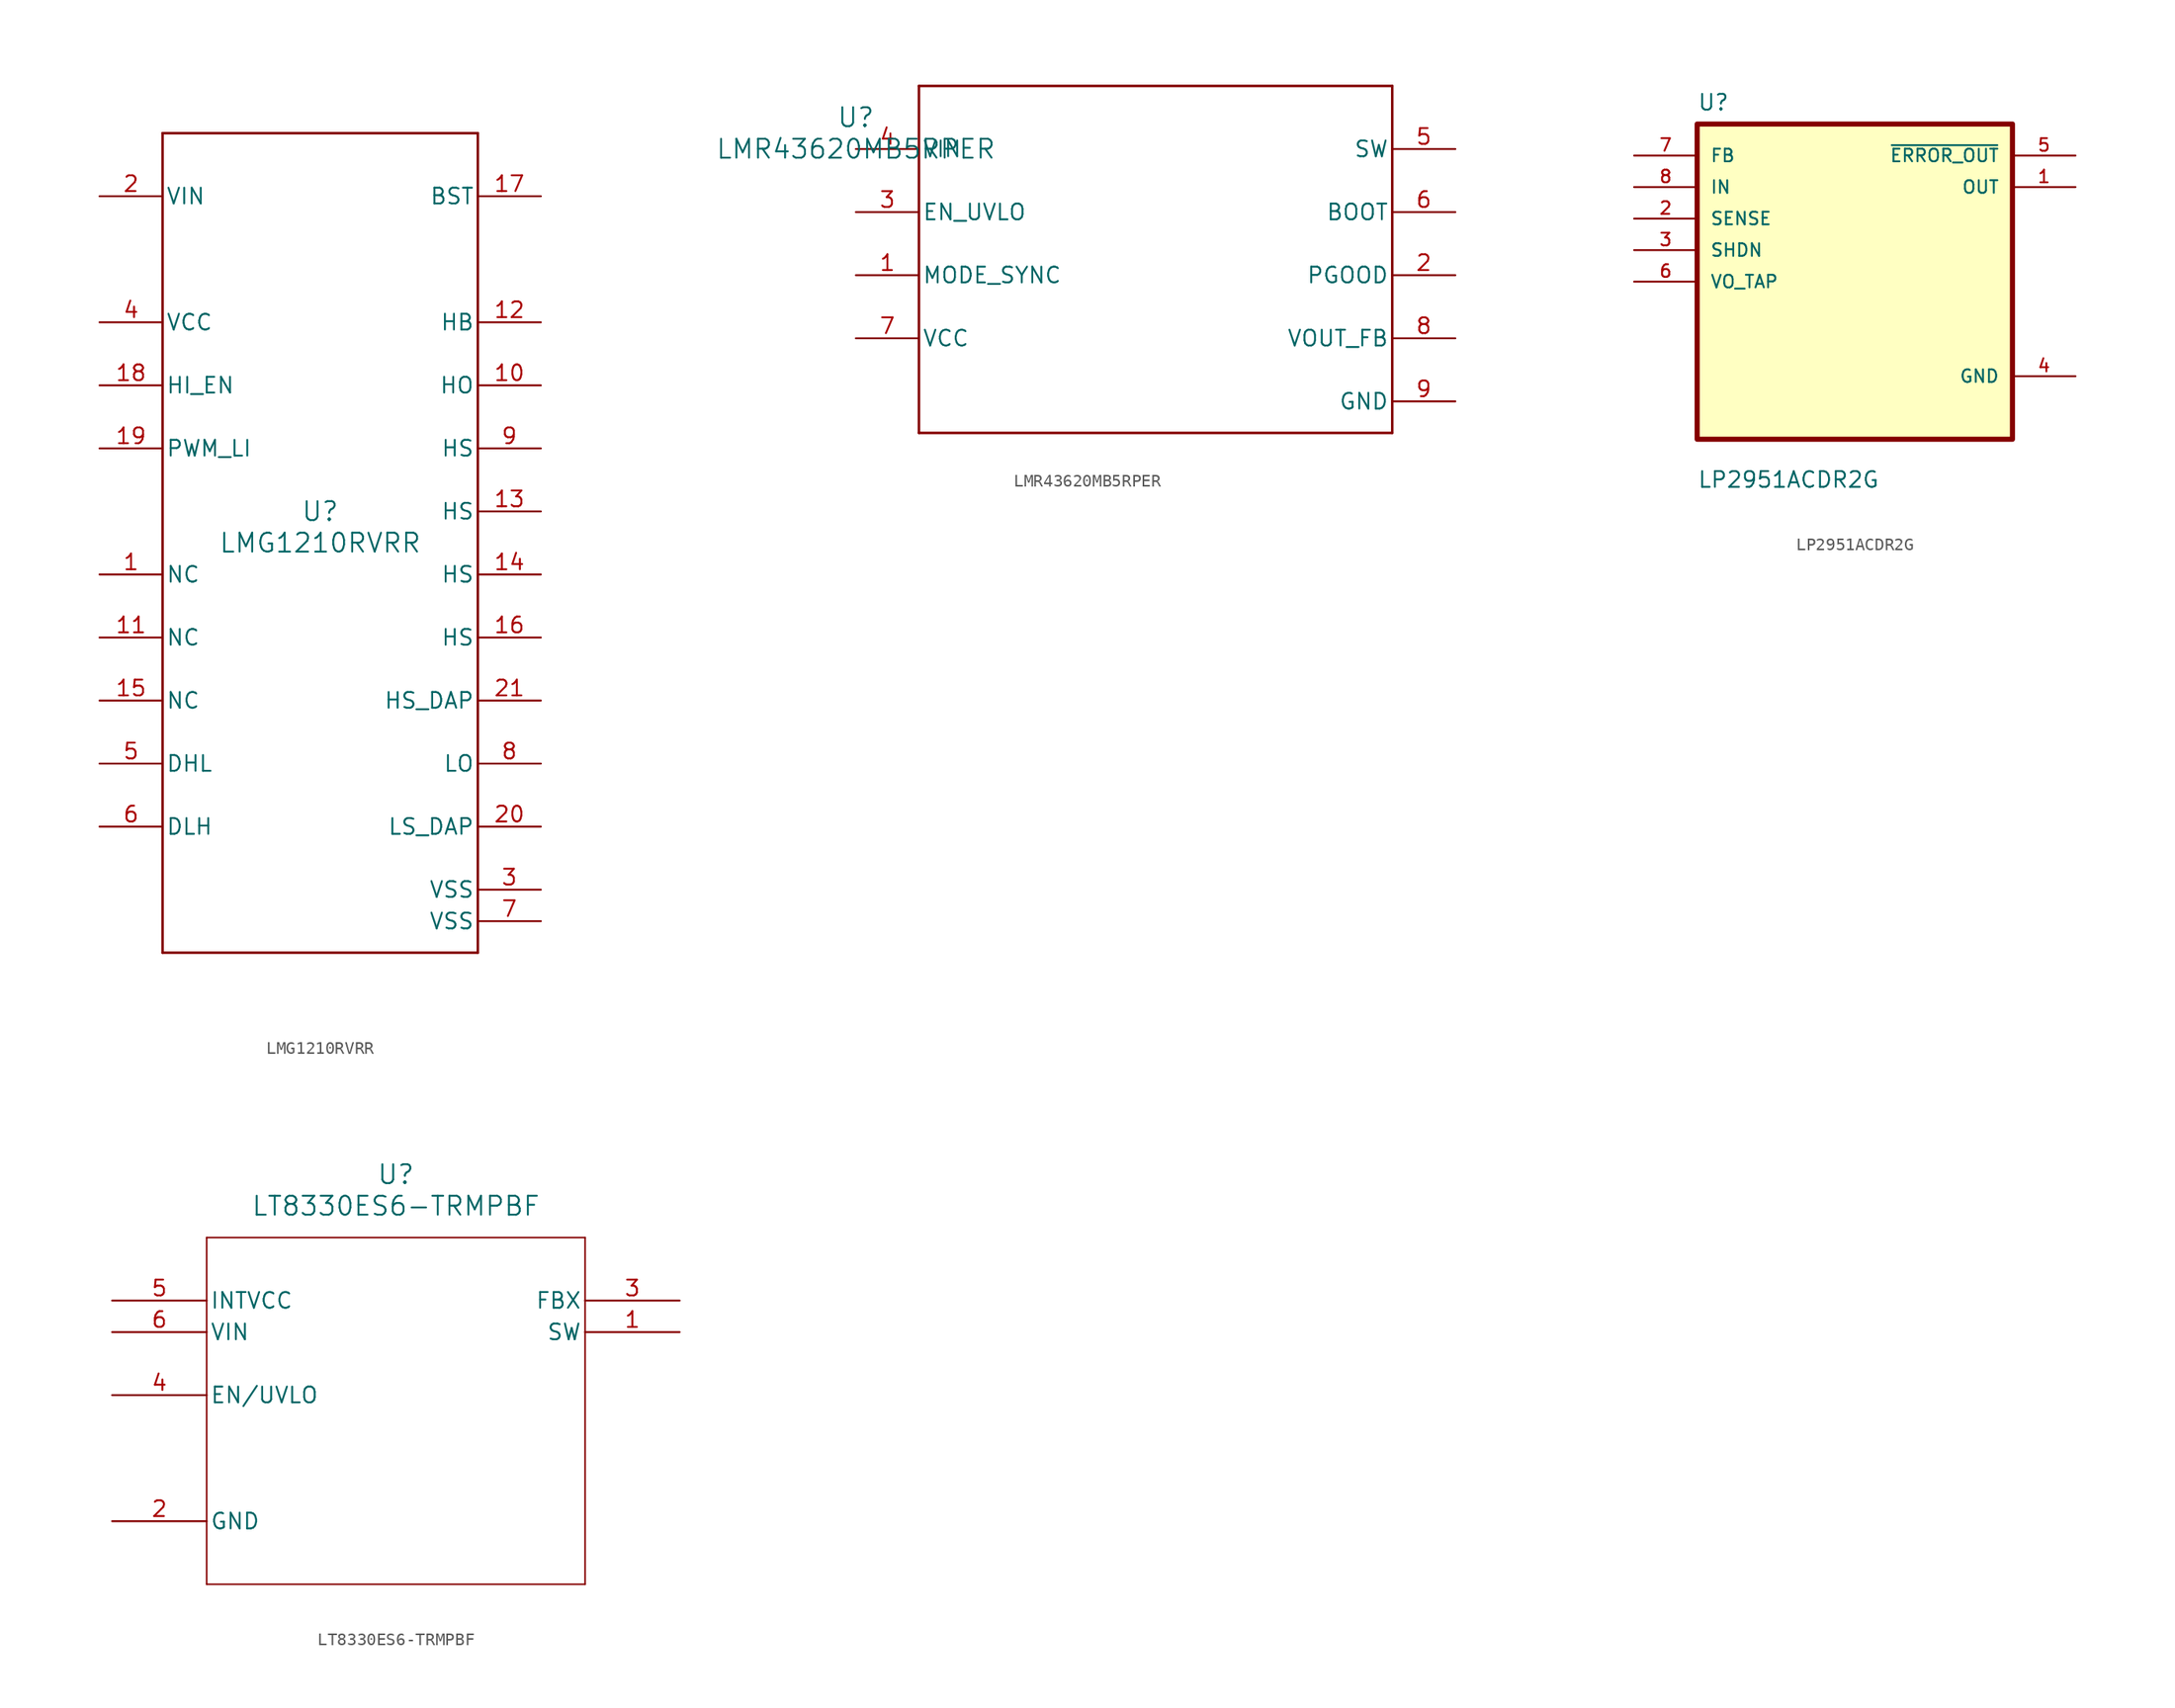
<source format=kicad_sym>
(kicad_symbol_lib
  (version 20241209)
  (generator "kicad_symbol_editor")
  (generator_version "9.0")
  (symbol "LMG1210RVRR"
    (pin_names
      (offset 0.254))
    (property "Reference" "U"
      (at 0 2.54 0)
      (effects (font (size 1.524 1.524))))
    (property "Value" "LMG1210RVRR"
      (at 0 0 0)
      (effects (font (size 1.524 1.524))))
    (property "ki_locked" ""
      (at 0 0 0)
      (effects (font (size 1.27 1.27))))
    (symbol "LMG1210RVRR_0_1"
      (polyline (pts (xy -12.7 33.02) (xy -12.7 -33.02)) (stroke (width 0.203) (type default)) (fill (type none)))
      (polyline (pts (xy -12.7 -33.02) (xy 12.7 -33.02)) (stroke (width 0.203) (type default)) (fill (type none)))
      (polyline (pts (xy 12.7 33.02) (xy -12.7 33.02)) (stroke (width 0.203) (type default)) (fill (type none)))
      (polyline (pts (xy 12.7 -33.02) (xy 12.7 33.02)) (stroke (width 0.203) (type default)) (fill (type none)))
      (pin power_in line (at -17.78 27.94 0) (length 5.08) (name "VIN" (effects (font (size 1.27 1.27)))) (number "2" (effects (font (size 1.27 1.27)))))
      (pin power_in line (at -17.78 17.78 0) (length 5.08) (name "VCC" (effects (font (size 1.27 1.27)))) (number "4" (effects (font (size 1.27 1.27)))))
      (pin input line (at -17.78 12.7 0) (length 5.08) (name "HI_EN" (effects (font (size 1.27 1.27)))) (number "18" (effects (font (size 1.27 1.27)))))
      (pin input line (at -17.78 7.62 0) (length 5.08) (name "PWM_LI" (effects (font (size 1.27 1.27)))) (number "19" (effects (font (size 1.27 1.27)))))
      (pin unspecified line (at -17.78 -2.54 0) (length 5.08) (name "NC" (effects (font (size 1.27 1.27)))) (number "1" (effects (font (size 1.27 1.27)))))
      (pin unspecified line (at -17.78 -7.62 0) (length 5.08) (name "NC" (effects (font (size 1.27 1.27)))) (number "11" (effects (font (size 1.27 1.27)))))
      (pin unspecified line (at -17.78 -12.7 0) (length 5.08) (name "NC" (effects (font (size 1.27 1.27)))) (number "15" (effects (font (size 1.27 1.27)))))
      (pin output line (at -17.78 -17.78 0) (length 5.08) (name "DHL" (effects (font (size 1.27 1.27)))) (number "5" (effects (font (size 1.27 1.27)))))
      (pin output line (at -17.78 -22.86 0) (length 5.08) (name "DLH" (effects (font (size 1.27 1.27)))) (number "6" (effects (font (size 1.27 1.27)))))
      (pin output line (at 17.78 27.94 180) (length 5.08) (name "BST" (effects (font (size 1.27 1.27)))) (number "17" (effects (font (size 1.27 1.27)))))
      (pin input line (at 17.78 17.78 180) (length 5.08) (name "HB" (effects (font (size 1.27 1.27)))) (number "12" (effects (font (size 1.27 1.27)))))
      (pin output line (at 17.78 12.7 180) (length 5.08) (name "HO" (effects (font (size 1.27 1.27)))) (number "10" (effects (font (size 1.27 1.27)))))
      (pin input line (at 17.78 7.62 180) (length 5.08) (name "HS" (effects (font (size 1.27 1.27)))) (number "9" (effects (font (size 1.27 1.27)))))
      (pin input line (at 17.78 2.54 180) (length 5.08) (name "HS" (effects (font (size 1.27 1.27)))) (number "13" (effects (font (size 1.27 1.27)))))
      (pin input line (at 17.78 -2.54 180) (length 5.08) (name "HS" (effects (font (size 1.27 1.27)))) (number "14" (effects (font (size 1.27 1.27)))))
      (pin input line (at 17.78 -7.62 180) (length 5.08) (name "HS" (effects (font (size 1.27 1.27)))) (number "16" (effects (font (size 1.27 1.27)))))
      (pin unspecified line (at 17.78 -12.7 180) (length 5.08) (name "HS_DAP" (effects (font (size 1.27 1.27)))) (number "21" (effects (font (size 1.27 1.27)))))
      (pin output line (at 17.78 -17.78 180) (length 5.08) (name "LO" (effects (font (size 1.27 1.27)))) (number "8" (effects (font (size 1.27 1.27)))))
      (pin unspecified line (at 17.78 -22.86 180) (length 5.08) (name "LS_DAP" (effects (font (size 1.27 1.27)))) (number "20" (effects (font (size 1.27 1.27)))))
      (pin power_in line (at 17.78 -27.94 180) (length 5.08) (name "VSS" (effects (font (size 1.27 1.27)))) (number "3" (effects (font (size 1.27 1.27)))))
      (pin power_in line (at 17.78 -30.48 180) (length 5.08) (name "VSS" (effects (font (size 1.27 1.27)))) (number "7" (effects (font (size 1.27 1.27)))))))
  (symbol "LMR43620MB5RPER"
    (pin_names
      (offset 0.254))
    (property "Reference" "U"
      (at 0 2.54 0)
      (effects (font (size 1.524 1.524))))
    (property "Value" "LMR43620MB5RPER"
      (at 0 0 0)
      (effects (font (size 1.524 1.524))))
    (property "ki_locked" ""
      (at 0 0 0)
      (effects (font (size 1.27 1.27))))
    (symbol "LMR43620MB5RPER_0_1"
      (polyline (pts (xy 5.08 5.08) (xy 5.08 -22.86)) (stroke (width 0.203) (type default)) (fill (type none)))
      (polyline (pts (xy 5.08 -22.86) (xy 43.18 -22.86)) (stroke (width 0.203) (type default)) (fill (type none)))
      (polyline (pts (xy 43.18 5.08) (xy 5.08 5.08)) (stroke (width 0.203) (type default)) (fill (type none)))
      (polyline (pts (xy 43.18 -22.86) (xy 43.18 5.08)) (stroke (width 0.203) (type default)) (fill (type none)))
      (pin power_in line (at 0 0 0) (length 5.08) (name "VIN" (effects (font (size 1.27 1.27)))) (number "4" (effects (font (size 1.27 1.27)))))
      (pin input line (at 0 -5.08 0) (length 5.08) (name "EN_UVLO" (effects (font (size 1.27 1.27)))) (number "3" (effects (font (size 1.27 1.27)))))
      (pin input line (at 0 -10.16 0) (length 5.08) (name "MODE_SYNC" (effects (font (size 1.27 1.27)))) (number "1" (effects (font (size 1.27 1.27)))))
      (pin power_in line (at 0 -15.24 0) (length 5.08) (name "VCC" (effects (font (size 1.27 1.27)))) (number "7" (effects (font (size 1.27 1.27)))))
      (pin unspecified line (at 48.26 0 180) (length 5.08) (name "SW" (effects (font (size 1.27 1.27)))) (number "5" (effects (font (size 1.27 1.27)))))
      (pin unspecified line (at 48.26 -5.08 180) (length 5.08) (name "BOOT" (effects (font (size 1.27 1.27)))) (number "6" (effects (font (size 1.27 1.27)))))
      (pin open_collector line (at 48.26 -10.16 180) (length 5.08) (name "PGOOD" (effects (font (size 1.27 1.27)))) (number "2" (effects (font (size 1.27 1.27)))))
      (pin unspecified line (at 48.26 -15.24 180) (length 5.08) (name "VOUT_FB" (effects (font (size 1.27 1.27)))) (number "8" (effects (font (size 1.27 1.27)))))
      (pin power_in line (at 48.26 -20.32 180) (length 5.08) (name "GND" (effects (font (size 1.27 1.27)))) (number "9" (effects (font (size 1.27 1.27)))))))
  (symbol "LP2951ACDR2G"
    (pin_names
      (offset 1.016))
    (property "Reference" "U"
      (at -12.7 13.7 0)
      (effects (font (size 1.27 1.27)) (justify left bottom)))
    (property "Value" "LP2951ACDR2G"
      (at -12.7 -16.7 0)
      (effects (font (size 1.27 1.27)) (justify left bottom)))
    (symbol "LP2951ACDR2G_0_0"
      (rectangle (start -12.7 -12.7) (end 12.7 12.7) (stroke (width 0.41) (type default)) (fill (type background)))
      (pin input line (at -17.78 10.16 0) (length 5.08) (name "FB" (effects (font (size 1.016 1.016)))) (number "7" (effects (font (size 1.016 1.016)))))
      (pin input line (at -17.78 7.62 0) (length 5.08) (name "IN" (effects (font (size 1.016 1.016)))) (number "8" (effects (font (size 1.016 1.016)))))
      (pin input line (at -17.78 5.08 0) (length 5.08) (name "SENSE" (effects (font (size 1.016 1.016)))) (number "2" (effects (font (size 1.016 1.016)))))
      (pin input line (at -17.78 2.54 0) (length 5.08) (name "SHDN" (effects (font (size 1.016 1.016)))) (number "3" (effects (font (size 1.016 1.016)))))
      (pin input line (at -17.78 0 0) (length 5.08) (name "VO_TAP" (effects (font (size 1.016 1.016)))) (number "6" (effects (font (size 1.016 1.016)))))
      (pin output line (at 17.78 10.16 180) (length 5.08) (name "~{ERROR_OUT}" (effects (font (size 1.016 1.016)))) (number "5" (effects (font (size 1.016 1.016)))))
      (pin output line (at 17.78 7.62 180) (length 5.08) (name "OUT" (effects (font (size 1.016 1.016)))) (number "1" (effects (font (size 1.016 1.016)))))
      (pin power_in line (at 17.78 -7.62 180) (length 5.08) (name "GND" (effects (font (size 1.016 1.016)))) (number "4" (effects (font (size 1.016 1.016)))))))
  (symbol "LT8330ES6-TRMPBF"
    (pin_names
      (offset 0.254))
    (property "Reference" "U"
      (at 22.86 10.16 0)
      (effects (font (size 1.524 1.524))))
    (property "Value" "LT8330ES6-TRMPBF"
      (at 22.86 7.62 0)
      (effects (font (size 1.524 1.524))))
    (property "ki_locked" ""
      (at 0 0 0)
      (effects (font (size 1.27 1.27))))
    (symbol "LT8330ES6-TRMPBF_0_1"
      (polyline (pts (xy 7.62 5.08) (xy 7.62 -22.86)) (stroke (width 0.127) (type default)) (fill (type none)))
      (polyline (pts (xy 7.62 -22.86) (xy 38.1 -22.86)) (stroke (width 0.127) (type default)) (fill (type none)))
      (polyline (pts (xy 38.1 5.08) (xy 7.62 5.08)) (stroke (width 0.127) (type default)) (fill (type none)))
      (polyline (pts (xy 38.1 -22.86) (xy 38.1 5.08)) (stroke (width 0.127) (type default)) (fill (type none)))
      (pin unspecified line (at 0 0 0) (length 7.62) (name "INTVCC" (effects (font (size 1.27 1.27)))) (number "5" (effects (font (size 1.27 1.27)))))
      (pin input line (at 0 -2.54 0) (length 7.62) (name "VIN" (effects (font (size 1.27 1.27)))) (number "6" (effects (font (size 1.27 1.27)))))
      (pin unspecified line (at 0 -7.62 0) (length 7.62) (name "EN/UVLO" (effects (font (size 1.27 1.27)))) (number "4" (effects (font (size 1.27 1.27)))))
      (pin power_in line (at 0 -17.78 0) (length 7.62) (name "GND" (effects (font (size 1.27 1.27)))) (number "2" (effects (font (size 1.27 1.27)))))
      (pin output line (at 45.72 0 180) (length 7.62) (name "FBX" (effects (font (size 1.27 1.27)))) (number "3" (effects (font (size 1.27 1.27)))))
      (pin output line (at 45.72 -2.54 180) (length 7.62) (name "SW" (effects (font (size 1.27 1.27)))) (number "1" (effects (font (size 1.27 1.27))))))))
</source>
